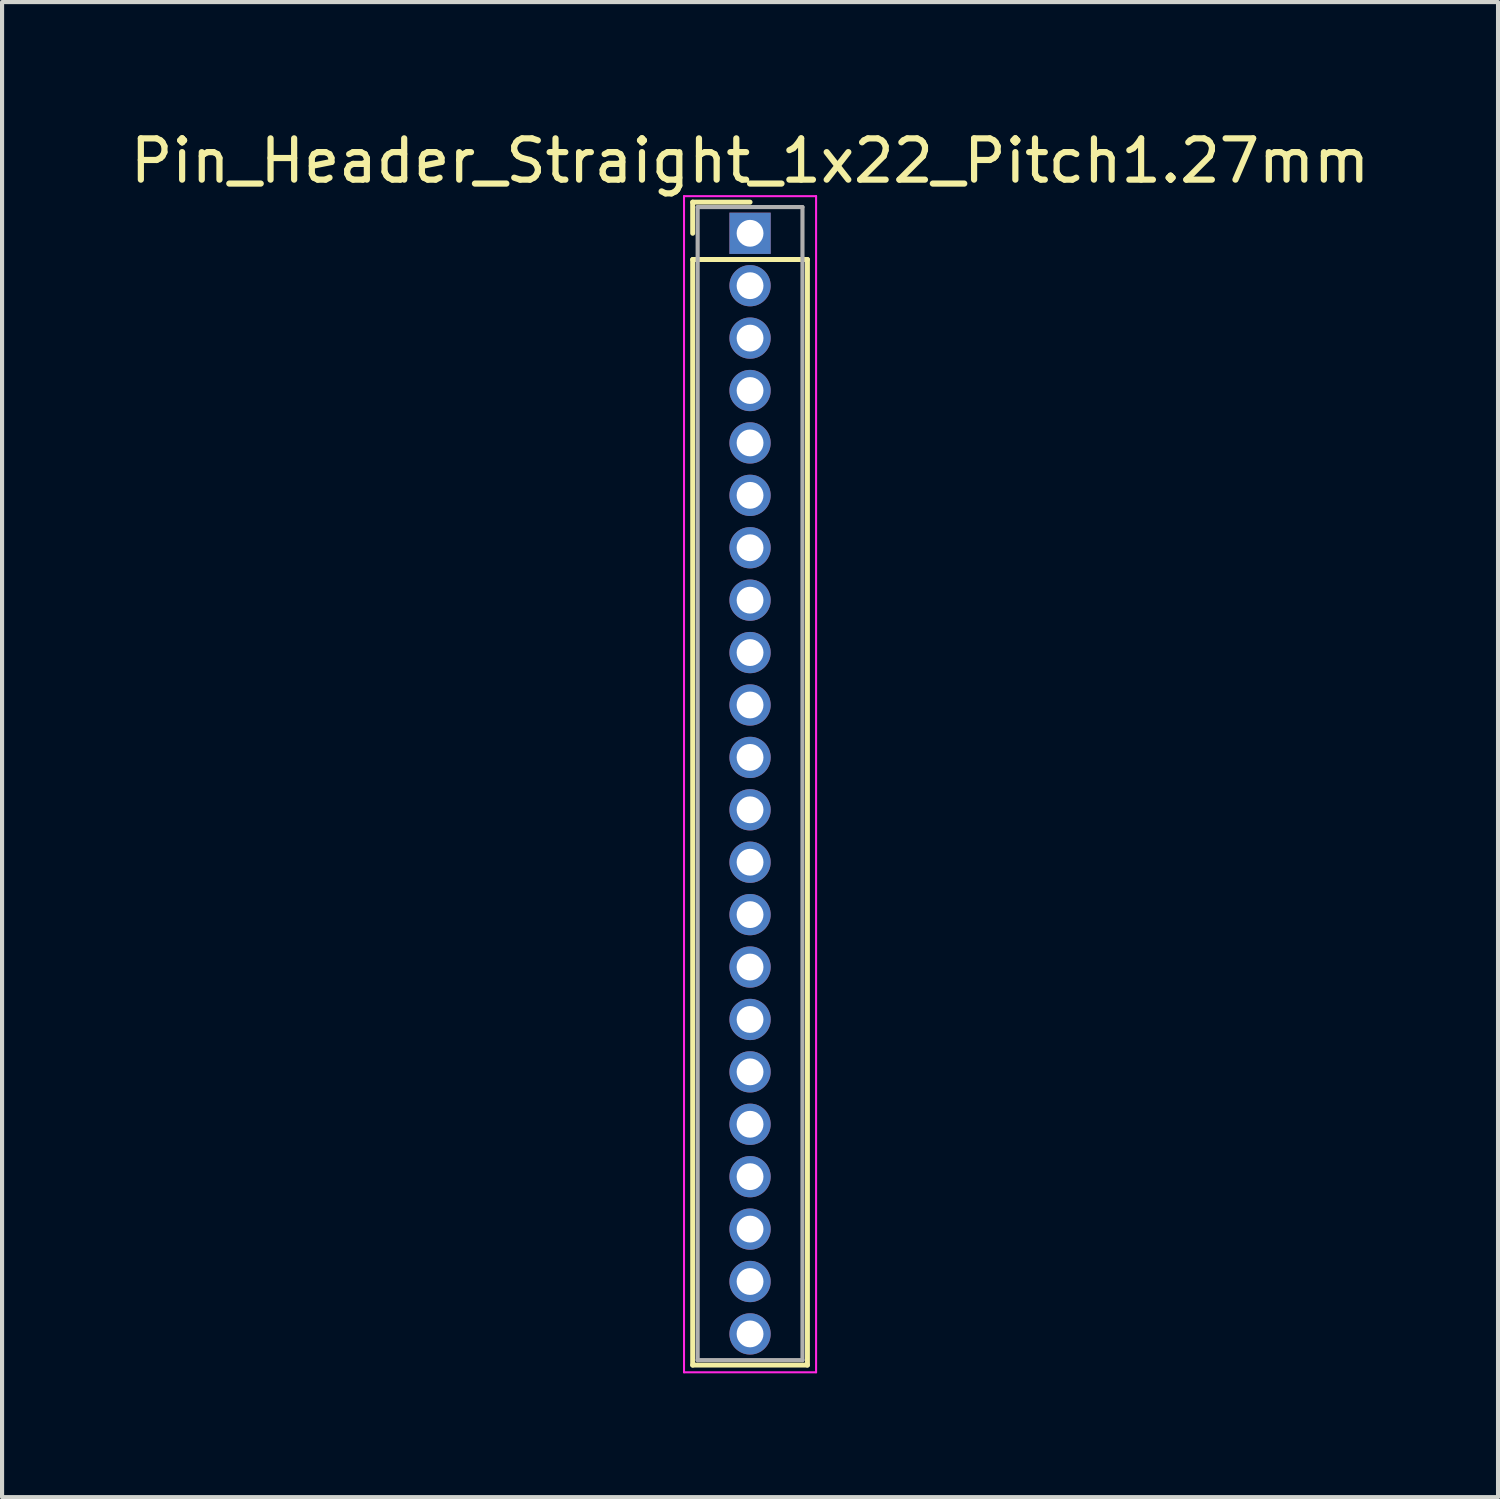
<source format=kicad_pcb>
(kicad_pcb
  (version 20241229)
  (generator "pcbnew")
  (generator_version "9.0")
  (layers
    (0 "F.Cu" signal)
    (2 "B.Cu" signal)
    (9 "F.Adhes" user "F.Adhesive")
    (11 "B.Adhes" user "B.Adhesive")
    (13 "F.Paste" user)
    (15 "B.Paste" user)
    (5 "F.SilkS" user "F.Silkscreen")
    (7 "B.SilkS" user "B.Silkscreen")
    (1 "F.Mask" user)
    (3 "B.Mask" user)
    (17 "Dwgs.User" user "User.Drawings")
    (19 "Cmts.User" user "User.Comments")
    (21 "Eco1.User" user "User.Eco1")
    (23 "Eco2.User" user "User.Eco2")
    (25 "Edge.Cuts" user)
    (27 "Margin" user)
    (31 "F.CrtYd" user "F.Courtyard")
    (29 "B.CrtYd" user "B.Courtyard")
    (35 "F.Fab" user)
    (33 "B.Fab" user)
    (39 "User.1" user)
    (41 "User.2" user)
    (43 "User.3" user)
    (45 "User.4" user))
  (footprint "Pin_Header_Straight_1x22_Pitch1.27mm"
    (layer "F.Cu")
    (at 15.125 2.603)
    (property "Reference" "Pin_Header_Straight_1x22_Pitch1.27mm" (at 0 -1.755 0) (layer "F.SilkS") (effects (font (size 1 1) (thickness 0.15))))
    (attr through_hole)
    (fp_line (start -1.39 -0.755) (end 0 -0.755) (stroke (width 0.12) (type solid)) (layer "F.SilkS"))
    (fp_line (start -1.39 0) (end -1.39 -0.755) (stroke (width 0.12) (type solid)) (layer "F.SilkS"))
    (fp_line (start -1.39 0.635) (end -1.39 27.425) (stroke (width 0.12) (type solid)) (layer "F.SilkS"))
    (fp_line (start -1.39 27.425) (end 1.39 27.425) (stroke (width 0.12) (type solid)) (layer "F.SilkS"))
    (fp_line (start 1.39 0.635) (end -1.39 0.635) (stroke (width 0.12) (type solid)) (layer "F.SilkS"))
    (fp_line (start 1.39 27.425) (end 1.39 0.635) (stroke (width 0.12) (type solid)) (layer "F.SilkS"))
    (fp_line (start -1.6 -0.9) (end -1.6 27.6) (stroke (width 0.05) (type solid)) (layer "F.CrtYd"))
    (fp_line (start -1.6 27.6) (end 1.6 27.6) (stroke (width 0.05) (type solid)) (layer "F.CrtYd"))
    (fp_line (start 1.6 -0.9) (end -1.6 -0.9) (stroke (width 0.05) (type solid)) (layer "F.CrtYd"))
    (fp_line (start 1.6 27.6) (end 1.6 -0.9) (stroke (width 0.05) (type solid)) (layer "F.CrtYd"))
    (fp_line (start -1.27 -0.635) (end -1.27 27.305) (stroke (width 0.1) (type solid)) (layer "F.Fab"))
    (fp_line (start -1.27 27.305) (end 1.27 27.305) (stroke (width 0.1) (type solid)) (layer "F.Fab"))
    (fp_line (start 1.27 -0.635) (end -1.27 -0.635) (stroke (width 0.1) (type solid)) (layer "F.Fab"))
    (fp_line (start 1.27 27.305) (end 1.27 -0.635) (stroke (width 0.1) (type solid)) (layer "F.Fab"))
    (pad "1" thru_hole rect (at 0 0) (size 1 1) (drill 0.65) (layers "*.Cu" "*.Mask"))
    (pad "2" thru_hole oval (at 0 1.27) (size 1 1) (drill 0.65) (layers "*.Cu" "*.Mask"))
    (pad "3" thru_hole oval (at 0 2.54) (size 1 1) (drill 0.65) (layers "*.Cu" "*.Mask"))
    (pad "4" thru_hole oval (at 0 3.81) (size 1 1) (drill 0.65) (layers "*.Cu" "*.Mask"))
    (pad "5" thru_hole oval (at 0 5.08) (size 1 1) (drill 0.65) (layers "*.Cu" "*.Mask"))
    (pad "6" thru_hole oval (at 0 6.35) (size 1 1) (drill 0.65) (layers "*.Cu" "*.Mask"))
    (pad "7" thru_hole oval (at 0 7.62) (size 1 1) (drill 0.65) (layers "*.Cu" "*.Mask"))
    (pad "8" thru_hole oval (at 0 8.89) (size 1 1) (drill 0.65) (layers "*.Cu" "*.Mask"))
    (pad "9" thru_hole oval (at 0 10.16) (size 1 1) (drill 0.65) (layers "*.Cu" "*.Mask"))
    (pad "10" thru_hole oval (at 0 11.43) (size 1 1) (drill 0.65) (layers "*.Cu" "*.Mask"))
    (pad "11" thru_hole oval (at 0 12.7) (size 1 1) (drill 0.65) (layers "*.Cu" "*.Mask"))
    (pad "12" thru_hole oval (at 0 13.97) (size 1 1) (drill 0.65) (layers "*.Cu" "*.Mask"))
    (pad "13" thru_hole oval (at 0 15.24) (size 1 1) (drill 0.65) (layers "*.Cu" "*.Mask"))
    (pad "14" thru_hole oval (at 0 16.51) (size 1 1) (drill 0.65) (layers "*.Cu" "*.Mask"))
    (pad "15" thru_hole oval (at 0 17.78) (size 1 1) (drill 0.65) (layers "*.Cu" "*.Mask"))
    (pad "16" thru_hole oval (at 0 19.05) (size 1 1) (drill 0.65) (layers "*.Cu" "*.Mask"))
    (pad "17" thru_hole oval (at 0 20.32) (size 1 1) (drill 0.65) (layers "*.Cu" "*.Mask"))
    (pad "18" thru_hole oval (at 0 21.59) (size 1 1) (drill 0.65) (layers "*.Cu" "*.Mask"))
    (pad "19" thru_hole oval (at 0 22.86) (size 1 1) (drill 0.65) (layers "*.Cu" "*.Mask"))
    (pad "20" thru_hole oval (at 0 24.13) (size 1 1) (drill 0.65) (layers "*.Cu" "*.Mask"))
    (pad "21" thru_hole oval (at 0 25.4) (size 1 1) (drill 0.65) (layers "*.Cu" "*.Mask"))
    (pad "22" thru_hole oval (at 0 26.67) (size 1 1) (drill 0.65) (layers "*.Cu" "*.Mask")))
  (gr_rect
    (start -3 -3)
    (end 33.25 33.228)
    (stroke (width 0.1) (type default))
    (fill no)
    (layer "Edge.Cuts")))
</source>
